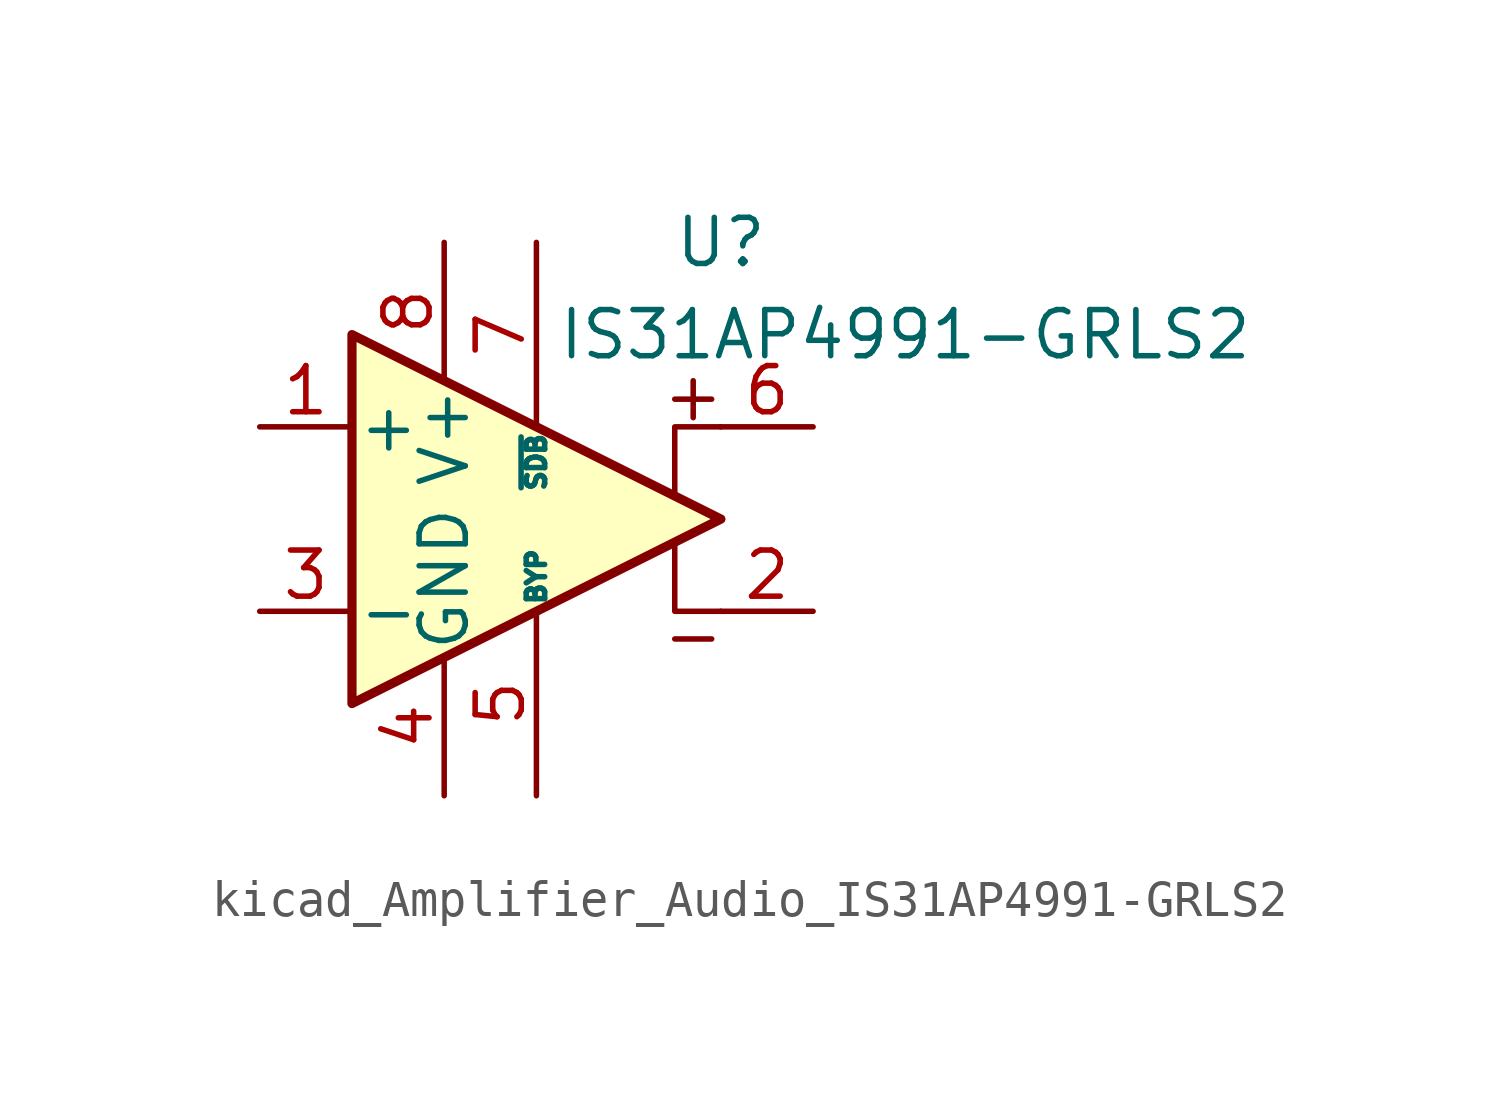
<source format=kicad_sym>
(kicad_symbol_lib
  (version 20220914)
  (generator kicad_symbol_editor)
  (symbol "kicad_Amplifier_Audio_IS31AP4991-GRLS2"
    (pin_names
      (offset 0.127))
    (property "Reference" "U"
      (at 5.08 7.62 0)
      (effects (font (size 1.27 1.27))))
    (property "Value" "IS31AP4991-GRLS2"
      (at 10.16 5.08 0)
      (effects (font (size 1.27 1.27))))
    (symbol "kicad_Amplifier_Audio_IS31AP4991-GRLS2_0_1"
      (polyline (pts (xy 3.81 -3.302) (xy 4.826 -3.302)) (stroke (width 0) (type default)) (fill (type none)))
      (polyline (pts (xy 4.318 3.81) (xy 4.318 2.794)) (stroke (width 0) (type default)) (fill (type none)))
      (polyline (pts (xy 4.826 3.302) (xy 3.81 3.302)) (stroke (width 0) (type default)) (fill (type none))))
    (symbol "kicad_Amplifier_Audio_IS31AP4991-GRLS2_1_1"
      (polyline (pts (xy 3.81 -0.635) (xy 3.81 -2.54) (xy 5.08 -2.54)) (stroke (width 0) (type default)) (fill (type none)))
      (polyline (pts (xy 5.08 2.54) (xy 3.81 2.54) (xy 3.81 0.635)) (stroke (width 0) (type default)) (fill (type none)))
      (polyline (pts (xy -5.08 5.08) (xy 5.08 0) (xy -5.08 -5.08) (xy -5.08 5.08)) (stroke (width 0.254) (type default)) (fill (type background)))
      (pin input line (at -7.62 2.54 0) (length 2.54) (name "+" (effects (font (size 1.27 1.27)))) (number "1" (effects (font (size 1.27 1.27)))))
      (pin output line (at 7.62 -2.54 180) (length 2.54) (name "~" (effects (font (size 1.27 1.27)))) (number "2" (effects (font (size 1.27 1.27)))))
      (pin input line (at -7.62 -2.54 0) (length 2.54) (name "-" (effects (font (size 1.27 1.27)))) (number "3" (effects (font (size 1.27 1.27)))))
      (pin power_in line (at -2.54 -7.62 90) (length 3.81) (name "GND" (effects (font (size 1.27 1.27)))) (number "4" (effects (font (size 1.27 1.27)))))
      (pin passive line (at 0 -7.62 90) (length 5.08) (name "BYP" (effects (font (size 0.508 0.508)))) (number "5" (effects (font (size 1.27 1.27)))))
      (pin output line (at 7.62 2.54 180) (length 2.54) (name "~" (effects (font (size 1.27 1.27)))) (number "6" (effects (font (size 1.27 1.27)))))
      (pin input line (at 0 7.62 270) (length 5.08) (name "~{SDB}" (effects (font (size 0.508 0.508)))) (number "7" (effects (font (size 1.27 1.27)))))
      (pin power_in line (at -2.54 7.62 270) (length 3.81) (name "V+" (effects (font (size 1.27 1.27)))) (number "8" (effects (font (size 1.27 1.27))))))))
</source>
